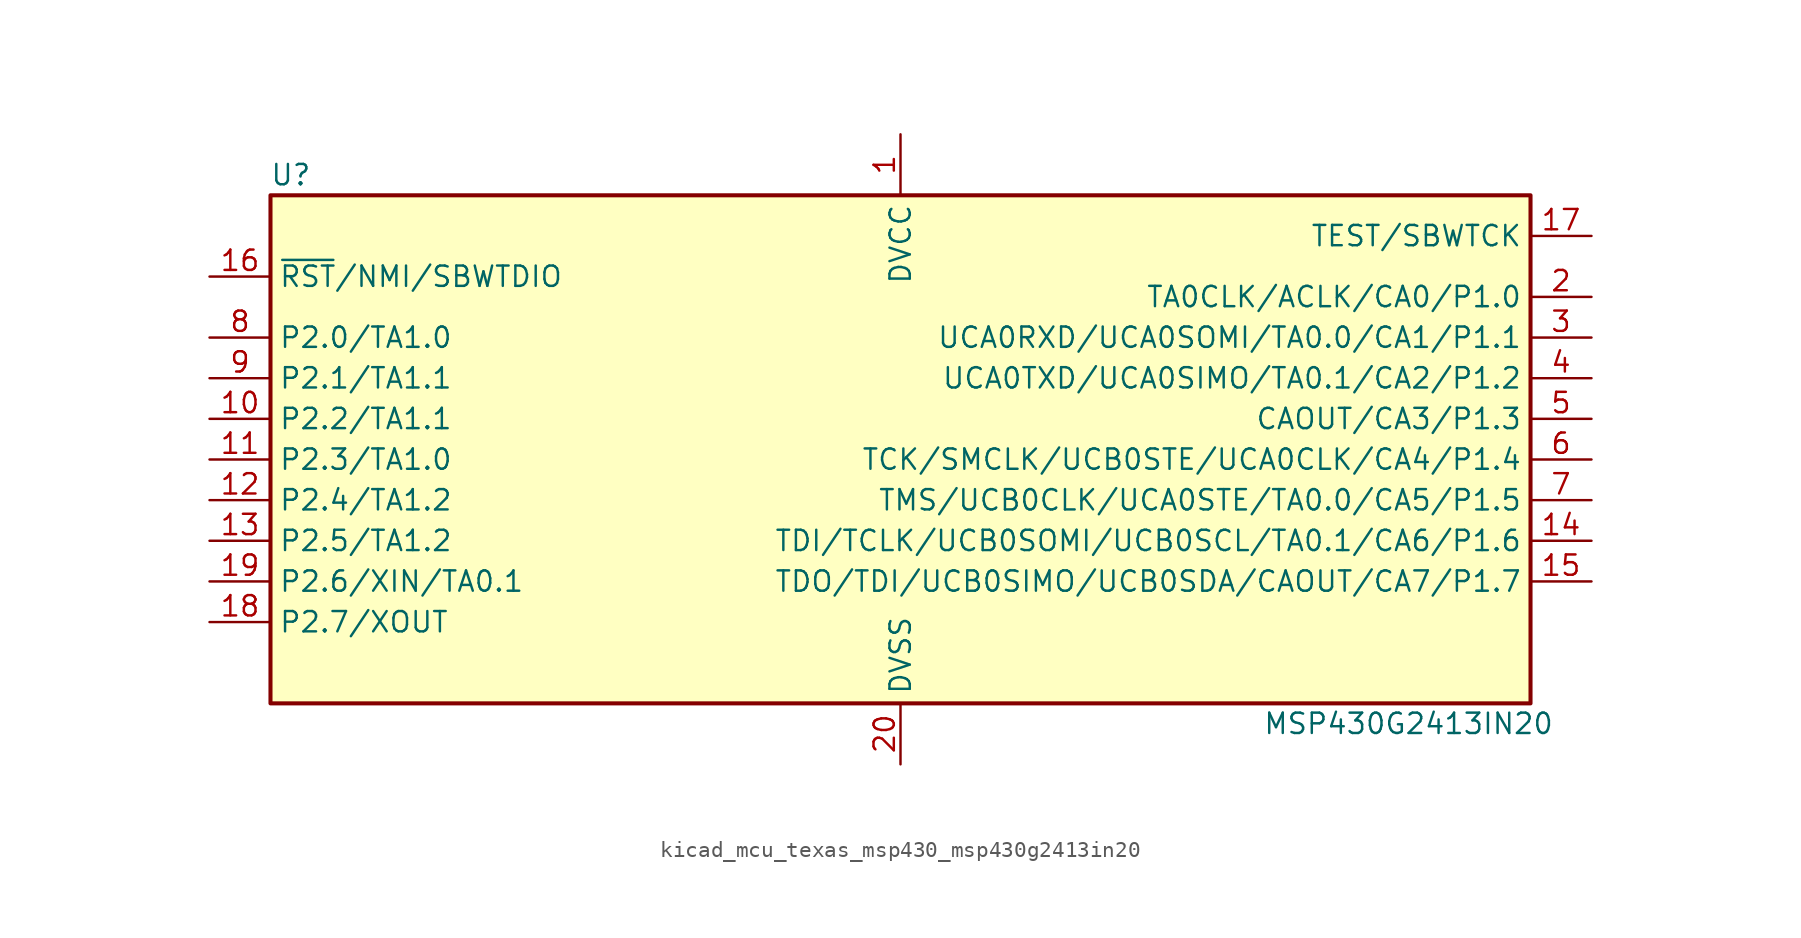
<source format=kicad_sym>
(kicad_symbol_lib
  (version 20220914)
  (generator kicad_symbol_editor)
  (symbol "kicad_mcu_texas_msp430_msp430g2413in20"
    (property "Reference" "U"
      (at -38.1 17.78 0)
      (effects (font (size 1.27 1.27))))
    (property "Value" "MSP430G2413IN20"
      (at 31.75 -16.51 0)
      (effects (font (size 1.27 1.27))))
    (symbol "kicad_mcu_texas_msp430_msp430g2413in20_0_1"
      (rectangle (start -39.37 16.51) (end 39.37 -15.24) (stroke (width 0.254) (type default)) (fill (type background))))
    (symbol "kicad_mcu_texas_msp430_msp430g2413in20_1_1"
      (pin power_in line (at 0 20.32 270) (length 3.81) (name "DVCC" (effects (font (size 1.27 1.27)))) (number "1" (effects (font (size 1.27 1.27)))))
      (pin bidirectional line (at -43.18 2.54 0) (length 3.81) (name "P2.2/TA1.1" (effects (font (size 1.27 1.27)))) (number "10" (effects (font (size 1.27 1.27)))))
      (pin bidirectional line (at -43.18 0 0) (length 3.81) (name "P2.3/TA1.0" (effects (font (size 1.27 1.27)))) (number "11" (effects (font (size 1.27 1.27)))))
      (pin bidirectional line (at -43.18 -2.54 0) (length 3.81) (name "P2.4/TA1.2" (effects (font (size 1.27 1.27)))) (number "12" (effects (font (size 1.27 1.27)))))
      (pin bidirectional line (at -43.18 -5.08 0) (length 3.81) (name "P2.5/TA1.2" (effects (font (size 1.27 1.27)))) (number "13" (effects (font (size 1.27 1.27)))))
      (pin bidirectional line (at 43.18 -5.08 180) (length 3.81) (name "TDI/TCLK/UCB0SOMI/UCB0SCL/TA0.1/CA6/P1.6" (effects (font (size 1.27 1.27)))) (number "14" (effects (font (size 1.27 1.27)))))
      (pin bidirectional line (at 43.18 -7.62 180) (length 3.81) (name "TDO/TDI/UCB0SIMO/UCB0SDA/CAOUT/CA7/P1.7" (effects (font (size 1.27 1.27)))) (number "15" (effects (font (size 1.27 1.27)))))
      (pin input line (at -43.18 11.43 0) (length 3.81) (name "~{RST}/NMI/SBWTDIO" (effects (font (size 1.27 1.27)))) (number "16" (effects (font (size 1.27 1.27)))))
      (pin input line (at 43.18 13.97 180) (length 3.81) (name "TEST/SBWTCK" (effects (font (size 1.27 1.27)))) (number "17" (effects (font (size 1.27 1.27)))))
      (pin bidirectional line (at -43.18 -10.16 0) (length 3.81) (name "P2.7/XOUT" (effects (font (size 1.27 1.27)))) (number "18" (effects (font (size 1.27 1.27)))))
      (pin bidirectional line (at -43.18 -7.62 0) (length 3.81) (name "P2.6/XIN/TA0.1" (effects (font (size 1.27 1.27)))) (number "19" (effects (font (size 1.27 1.27)))))
      (pin bidirectional line (at 43.18 10.16 180) (length 3.81) (name "TA0CLK/ACLK/CA0/P1.0" (effects (font (size 1.27 1.27)))) (number "2" (effects (font (size 1.27 1.27)))))
      (pin power_in line (at 0 -19.05 90) (length 3.81) (name "DVSS" (effects (font (size 1.27 1.27)))) (number "20" (effects (font (size 1.27 1.27)))))
      (pin bidirectional line (at 43.18 7.62 180) (length 3.81) (name "UCA0RXD/UCA0SOMI/TA0.0/CA1/P1.1" (effects (font (size 1.27 1.27)))) (number "3" (effects (font (size 1.27 1.27)))))
      (pin bidirectional line (at 43.18 5.08 180) (length 3.81) (name "UCA0TXD/UCA0SIMO/TA0.1/CA2/P1.2" (effects (font (size 1.27 1.27)))) (number "4" (effects (font (size 1.27 1.27)))))
      (pin bidirectional line (at 43.18 2.54 180) (length 3.81) (name "CAOUT/CA3/P1.3" (effects (font (size 1.27 1.27)))) (number "5" (effects (font (size 1.27 1.27)))))
      (pin bidirectional line (at 43.18 0 180) (length 3.81) (name "TCK/SMCLK/UCB0STE/UCA0CLK/CA4/P1.4" (effects (font (size 1.27 1.27)))) (number "6" (effects (font (size 1.27 1.27)))))
      (pin bidirectional line (at 43.18 -2.54 180) (length 3.81) (name "TMS/UCB0CLK/UCA0STE/TA0.0/CA5/P1.5" (effects (font (size 1.27 1.27)))) (number "7" (effects (font (size 1.27 1.27)))))
      (pin bidirectional line (at -43.18 7.62 0) (length 3.81) (name "P2.0/TA1.0" (effects (font (size 1.27 1.27)))) (number "8" (effects (font (size 1.27 1.27)))))
      (pin bidirectional line (at -43.18 5.08 0) (length 3.81) (name "P2.1/TA1.1" (effects (font (size 1.27 1.27)))) (number "9" (effects (font (size 1.27 1.27))))))))
</source>
